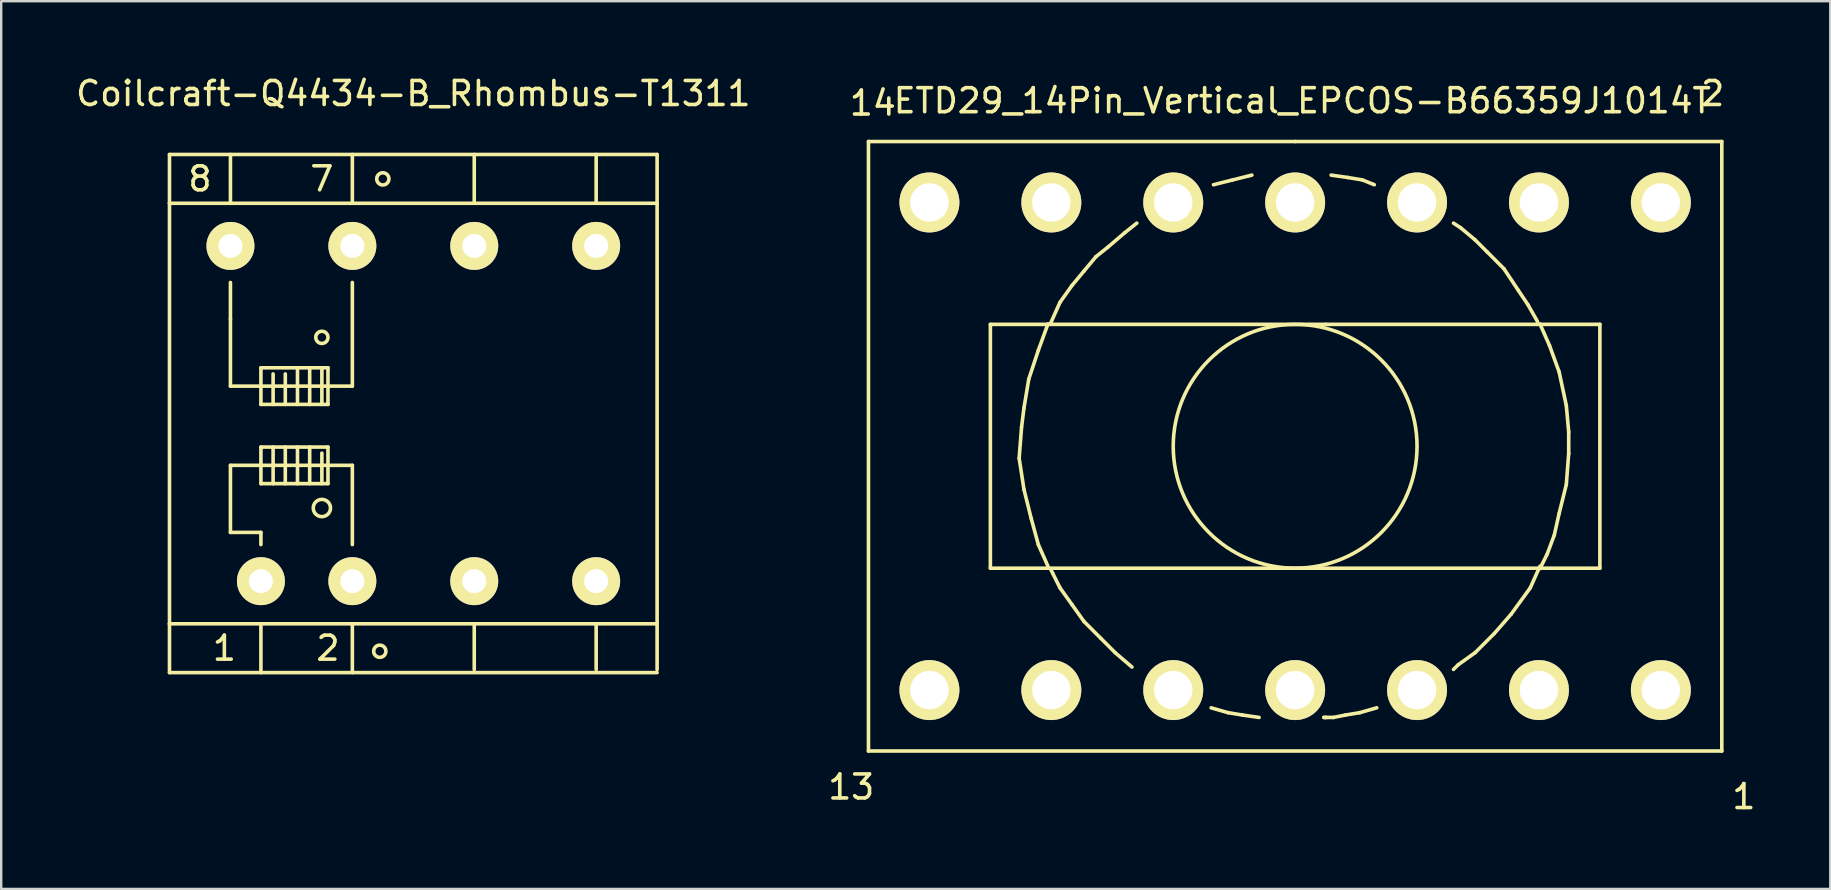
<source format=kicad_pcb>
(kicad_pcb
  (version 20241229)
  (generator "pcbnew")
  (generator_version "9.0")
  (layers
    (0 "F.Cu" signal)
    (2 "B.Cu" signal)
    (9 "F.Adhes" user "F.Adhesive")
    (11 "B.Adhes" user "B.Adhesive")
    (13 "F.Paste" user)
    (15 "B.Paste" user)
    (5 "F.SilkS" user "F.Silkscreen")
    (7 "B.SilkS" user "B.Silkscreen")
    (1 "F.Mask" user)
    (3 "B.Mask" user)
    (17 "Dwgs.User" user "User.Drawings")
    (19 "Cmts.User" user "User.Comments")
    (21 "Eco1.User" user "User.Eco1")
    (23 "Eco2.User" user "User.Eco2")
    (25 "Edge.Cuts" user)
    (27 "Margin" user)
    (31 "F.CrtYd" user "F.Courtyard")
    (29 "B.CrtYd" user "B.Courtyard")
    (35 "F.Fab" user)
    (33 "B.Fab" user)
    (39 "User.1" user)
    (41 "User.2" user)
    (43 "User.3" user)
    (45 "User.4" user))
  (footprint "Coilcraft-Q4434-B_Rhombus-T1311"
    (layer "F.Cu")
    (at 14.173 14.818)
    (property "Reference" "Coilcraft-Q4434-B_Rhombus-T1311" (at 0 -13.97 0) (layer "F.SilkS") (effects (font (size 1 1) (thickness 0.15))))
    (attr through_hole)
    (fp_line (start -10.16 -11.43) (end -10.16 -9.398) (stroke (width 0.15) (type solid)) (layer "F.SilkS"))
    (fp_line (start -10.16 -9.398) (end -10.16 8.128) (stroke (width 0.15) (type solid)) (layer "F.SilkS"))
    (fp_line (start -10.16 8.128) (end -10.16 10.16) (stroke (width 0.15) (type solid)) (layer "F.SilkS"))
    (fp_line (start -10.16 8.128) (end 10.16 8.128) (stroke (width 0.15) (type solid)) (layer "F.SilkS"))
    (fp_line (start -10.16 10.16) (end 10.16 10.16) (stroke (width 0.15) (type solid)) (layer "F.SilkS"))
    (fp_line (start -7.62 -9.398) (end -7.62 -11.43) (stroke (width 0.15) (type solid)) (layer "F.SilkS"))
    (fp_line (start -7.62 -6.096) (end -7.62 -4.572) (stroke (width 0.15) (type solid)) (layer "F.SilkS"))
    (fp_line (start -7.62 -4.572) (end -7.62 -1.778) (stroke (width 0.15) (type solid)) (layer "F.SilkS"))
    (fp_line (start -7.62 -1.778) (end -2.54 -1.778) (stroke (width 0.15) (type solid)) (layer "F.SilkS"))
    (fp_line (start -7.62 1.524) (end -7.62 4.318) (stroke (width 0.15) (type solid)) (layer "F.SilkS"))
    (fp_line (start -7.62 4.318) (end -6.35 4.318) (stroke (width 0.15) (type solid)) (layer "F.SilkS"))
    (fp_line (start -6.35 -2.54) (end -3.556 -2.54) (stroke (width 0.15) (type solid)) (layer "F.SilkS"))
    (fp_line (start -6.35 -1.016) (end -6.35 -2.54) (stroke (width 0.15) (type solid)) (layer "F.SilkS"))
    (fp_line (start -6.35 0.762) (end -6.35 2.286) (stroke (width 0.15) (type solid)) (layer "F.SilkS"))
    (fp_line (start -6.35 1.524) (end -7.62 1.524) (stroke (width 0.15) (type solid)) (layer "F.SilkS"))
    (fp_line (start -6.35 1.524) (end -2.54 1.524) (stroke (width 0.15) (type solid)) (layer "F.SilkS"))
    (fp_line (start -6.35 2.286) (end -3.556 2.286) (stroke (width 0.15) (type solid)) (layer "F.SilkS"))
    (fp_line (start -6.35 4.318) (end -6.35 4.826) (stroke (width 0.15) (type solid)) (layer "F.SilkS"))
    (fp_line (start -6.35 8.128) (end -6.35 10.16) (stroke (width 0.15) (type solid)) (layer "F.SilkS"))
    (fp_line (start -5.842 -2.286) (end -5.842 -1.016) (stroke (width 0.15) (type solid)) (layer "F.SilkS"))
    (fp_line (start -5.842 0.762) (end -5.842 2.286) (stroke (width 0.15) (type solid)) (layer "F.SilkS"))
    (fp_line (start -5.334 -2.286) (end -5.334 -1.016) (stroke (width 0.15) (type solid)) (layer "F.SilkS"))
    (fp_line (start -5.334 0.762) (end -5.334 2.286) (stroke (width 0.15) (type solid)) (layer "F.SilkS"))
    (fp_line (start -4.826 -2.54) (end -4.826 -1.016) (stroke (width 0.15) (type solid)) (layer "F.SilkS"))
    (fp_line (start -4.826 0.762) (end -4.826 2.286) (stroke (width 0.15) (type solid)) (layer "F.SilkS"))
    (fp_line (start -4.318 -2.54) (end -4.318 -1.016) (stroke (width 0.15) (type solid)) (layer "F.SilkS"))
    (fp_line (start -4.318 0.762) (end -4.318 2.286) (stroke (width 0.15) (type solid)) (layer "F.SilkS"))
    (fp_line (start -3.81 -2.54) (end -3.81 -1.016) (stroke (width 0.15) (type solid)) (layer "F.SilkS"))
    (fp_line (start -3.81 1.016) (end -3.81 2.286) (stroke (width 0.15) (type solid)) (layer "F.SilkS"))
    (fp_line (start -3.556 -2.54) (end -3.556 -1.016) (stroke (width 0.15) (type solid)) (layer "F.SilkS"))
    (fp_line (start -3.556 -1.016) (end -6.35 -1.016) (stroke (width 0.15) (type solid)) (layer "F.SilkS"))
    (fp_line (start -3.556 0.762) (end -6.35 0.762) (stroke (width 0.15) (type solid)) (layer "F.SilkS"))
    (fp_line (start -3.556 2.286) (end -3.556 0.762) (stroke (width 0.15) (type solid)) (layer "F.SilkS"))
    (fp_line (start -2.54 -9.398) (end -2.54 -11.43) (stroke (width 0.15) (type solid)) (layer "F.SilkS"))
    (fp_line (start -2.54 -1.778) (end -2.54 -6.096) (stroke (width 0.15) (type solid)) (layer "F.SilkS"))
    (fp_line (start -2.54 1.524) (end -2.54 4.826) (stroke (width 0.15) (type solid)) (layer "F.SilkS"))
    (fp_line (start -2.54 8.128) (end -2.54 10.16) (stroke (width 0.15) (type solid)) (layer "F.SilkS"))
    (fp_line (start 2.54 -9.398) (end 2.54 -11.43) (stroke (width 0.15) (type solid)) (layer "F.SilkS"))
    (fp_line (start 2.54 8.128) (end 2.54 10.033) (stroke (width 0.15) (type solid)) (layer "F.SilkS"))
    (fp_line (start 7.62 -9.398) (end 7.62 -11.43) (stroke (width 0.15) (type solid)) (layer "F.SilkS"))
    (fp_line (start 7.62 8.128) (end 7.62 10.033) (stroke (width 0.15) (type solid)) (layer "F.SilkS"))
    (fp_line (start 10.16 -11.43) (end -10.16 -11.43) (stroke (width 0.15) (type solid)) (layer "F.SilkS"))
    (fp_line (start 10.16 -11.43) (end 10.16 -9.398) (stroke (width 0.15) (type solid)) (layer "F.SilkS"))
    (fp_line (start 10.16 -9.398) (end -10.16 -9.398) (stroke (width 0.15) (type solid)) (layer "F.SilkS"))
    (fp_line (start 10.16 8.128) (end 10.16 -9.398) (stroke (width 0.15) (type solid)) (layer "F.SilkS"))
    (fp_line (start 10.16 8.128) (end 10.16 10.033) (stroke (width 0.15) (type solid)) (layer "F.SilkS"))
    (fp_circle (center -3.81 -3.81) (end -3.81 -3.556) (stroke (width 0.15) (type solid)) (fill no) (layer "F.SilkS"))
    (fp_circle (center -3.81 3.302) (end -3.556 3.556) (stroke (width 0.15) (type solid)) (fill no) (layer "F.SilkS"))
    (fp_circle (center -1.397 9.271) (end -1.397 9.525) (stroke (width 0.15) (type solid)) (fill no) (layer "F.SilkS"))
    (fp_circle (center -1.27 -10.414) (end -1.27 -10.16) (stroke (width 0.15) (type solid)) (fill no) (layer "F.SilkS"))
    (fp_text user "2" (at -3.556 9.144 0) (layer "F.SilkS") (effects (font (size 1 1) (thickness 0.15))))
    (fp_text user "8" (at -8.89 -10.414 0) (layer "F.SilkS") (effects (font (size 1 1) (thickness 0.15))))
    (fp_text user "7" (at -3.81 -10.414 0) (layer "F.SilkS") (effects (font (size 1 1) (thickness 0.15))))
    (fp_text user "1" (at -7.874 9.144 0) (layer "F.SilkS") (effects (font (size 1 1) (thickness 0.15))))
    (pad "1" thru_hole circle (at -6.35 6.35) (size 1.999 1.999) (drill 1.001) (layers "*.Cu" "*.Mask" "F.SilkS"))
    (pad "2" thru_hole circle (at -2.54 6.35) (size 1.999 1.999) (drill 1.001) (layers "*.Cu" "*.Mask" "F.SilkS"))
    (pad "3" thru_hole circle (at 2.54 6.35) (size 1.999 1.999) (drill 1.001) (layers "*.Cu" "*.Mask" "F.SilkS"))
    (pad "4" thru_hole circle (at 7.62 6.35) (size 1.999 1.999) (drill 1.001) (layers "*.Cu" "*.Mask" "F.SilkS"))
    (pad "5" thru_hole circle (at 7.62 -7.62) (size 1.999 1.999) (drill 1.001) (layers "*.Cu" "*.Mask" "F.SilkS"))
    (pad "6" thru_hole circle (at 2.54 -7.62) (size 1.999 1.999) (drill 1.001) (layers "*.Cu" "*.Mask" "F.SilkS"))
    (pad "7" thru_hole circle (at -2.54 -7.62) (size 1.999 1.999) (drill 1.001) (layers "*.Cu" "*.Mask" "F.SilkS"))
    (pad "8" thru_hole circle (at -7.62 -7.62) (size 1.999 1.999) (drill 1.001) (layers "*.Cu" "*.Mask" "F.SilkS")))
  (footprint "ETD29_14Pin_Vertical_EPCOS-B66359J1014T"
    (layer "F.Cu")
    (at 50.921 15.547)
    (property "Reference" "ETD29_14Pin_Vertical_EPCOS-B66359J1014T" (at 0.3 -14.399 0) (layer "F.SilkS") (effects (font (size 1 1) (thickness 0.15))))
    (attr through_hole)
    (fp_line (start -17.78 -12.7) (end -17.78 12.7) (stroke (width 0.15) (type solid)) (layer "F.SilkS"))
    (fp_line (start -17.78 12.7) (end 17.78 12.7) (stroke (width 0.15) (type solid)) (layer "F.SilkS"))
    (fp_line (start -12.7 -5.08) (end 1.27 -5.08) (stroke (width 0.15) (type solid)) (layer "F.SilkS"))
    (fp_line (start -12.7 5.08) (end -12.7 -5.08) (stroke (width 0.15) (type solid)) (layer "F.SilkS"))
    (fp_line (start -11.501 0.5) (end -11.3 1.801) (stroke (width 0.15) (type solid)) (layer "F.SilkS"))
    (fp_line (start -11.4 -0.8) (end -11.501 0.5) (stroke (width 0.15) (type solid)) (layer "F.SilkS"))
    (fp_line (start -11.3 -1.6) (end -11.4 -0.8) (stroke (width 0.15) (type solid)) (layer "F.SilkS"))
    (fp_line (start -11.3 1.801) (end -11.001 3) (stroke (width 0.15) (type solid)) (layer "F.SilkS"))
    (fp_line (start -11.1 -2.799) (end -11.3 -1.6) (stroke (width 0.15) (type solid)) (layer "F.SilkS"))
    (fp_line (start -11.001 3) (end -10.701 4.1) (stroke (width 0.15) (type solid)) (layer "F.SilkS"))
    (fp_line (start -10.701 -4) (end -11.1 -2.799) (stroke (width 0.15) (type solid)) (layer "F.SilkS"))
    (fp_line (start -10.701 4.1) (end -10.3 5.001) (stroke (width 0.15) (type solid)) (layer "F.SilkS"))
    (fp_line (start -10.3 -5.1) (end -10.701 -4) (stroke (width 0.15) (type solid)) (layer "F.SilkS"))
    (fp_line (start -10.099 5.301) (end -10.201 5.1) (stroke (width 0.15) (type solid)) (layer "F.SilkS"))
    (fp_line (start -9.799 -5.999) (end -10.201 -5.1) (stroke (width 0.15) (type solid)) (layer "F.SilkS"))
    (fp_line (start -9.799 5.9) (end -10.099 5.301) (stroke (width 0.15) (type solid)) (layer "F.SilkS"))
    (fp_line (start -9.299 -6.701) (end -9.799 -5.999) (stroke (width 0.15) (type solid)) (layer "F.SilkS"))
    (fp_line (start -9.299 6.599) (end -9.799 5.9) (stroke (width 0.15) (type solid)) (layer "F.SilkS"))
    (fp_line (start -8.801 -7.3) (end -9.299 -6.701) (stroke (width 0.15) (type solid)) (layer "F.SilkS"))
    (fp_line (start -8.801 7.3) (end -9.299 6.599) (stroke (width 0.15) (type solid)) (layer "F.SilkS"))
    (fp_line (start -8.301 -7.899) (end -8.801 -7.3) (stroke (width 0.15) (type solid)) (layer "F.SilkS"))
    (fp_line (start -8.1 8.001) (end -8.801 7.3) (stroke (width 0.15) (type solid)) (layer "F.SilkS"))
    (fp_line (start -7.8 -8.301) (end -8.301 -7.899) (stroke (width 0.15) (type solid)) (layer "F.SilkS"))
    (fp_line (start -7.501 8.6) (end -8.1 8.001) (stroke (width 0.15) (type solid)) (layer "F.SilkS"))
    (fp_line (start -7.099 -8.9) (end -7.8 -8.301) (stroke (width 0.15) (type solid)) (layer "F.SilkS"))
    (fp_line (start -6.8 9.2) (end -7.501 8.6) (stroke (width 0.15) (type solid)) (layer "F.SilkS"))
    (fp_line (start -6.599 -9.299) (end -7.099 -8.9) (stroke (width 0.15) (type solid)) (layer "F.SilkS"))
    (fp_line (start -2.799 11.1) (end -3.5 10.899) (stroke (width 0.15) (type solid)) (layer "F.SilkS"))
    (fp_line (start -2.601 -11.1) (end -3.401 -10.899) (stroke (width 0.15) (type solid)) (layer "F.SilkS"))
    (fp_line (start -2.2 11.199) (end -2.799 11.1) (stroke (width 0.15) (type solid)) (layer "F.SilkS"))
    (fp_line (start -1.801 -11.3) (end -2.601 -11.1) (stroke (width 0.15) (type solid)) (layer "F.SilkS"))
    (fp_line (start -1.501 11.3) (end -2.2 11.199) (stroke (width 0.15) (type solid)) (layer "F.SilkS"))
    (fp_line (start 0 -12.7) (end -17.78 -12.7) (stroke (width 0.15) (type solid)) (layer "F.SilkS"))
    (fp_line (start 0 -12.7) (end 17.78 -12.7) (stroke (width 0.15) (type solid)) (layer "F.SilkS"))
    (fp_line (start 1.199 11.3) (end 1.3 11.3) (stroke (width 0.15) (type solid)) (layer "F.SilkS"))
    (fp_line (start 1.27 -5.08) (end 12.7 -5.08) (stroke (width 0.15) (type solid)) (layer "F.SilkS"))
    (fp_line (start 1.6 11.3) (end 1.199 11.3) (stroke (width 0.15) (type solid)) (layer "F.SilkS"))
    (fp_line (start 2.101 11.199) (end 1.6 11.3) (stroke (width 0.15) (type solid)) (layer "F.SilkS"))
    (fp_line (start 2.2 -11.199) (end 1.501 -11.3) (stroke (width 0.15) (type solid)) (layer "F.SilkS"))
    (fp_line (start 2.7 11.1) (end 2.101 11.199) (stroke (width 0.15) (type solid)) (layer "F.SilkS"))
    (fp_line (start 2.799 -11.1) (end 2.2 -11.199) (stroke (width 0.15) (type solid)) (layer "F.SilkS"))
    (fp_line (start 3.299 -10.899) (end 2.799 -11.1) (stroke (width 0.15) (type solid)) (layer "F.SilkS"))
    (fp_line (start 3.401 10.899) (end 2.7 11.1) (stroke (width 0.15) (type solid)) (layer "F.SilkS"))
    (fp_line (start 6.599 -9.299) (end 6.901 -9.101) (stroke (width 0.15) (type solid)) (layer "F.SilkS"))
    (fp_line (start 6.8 9.101) (end 6.599 9.299) (stroke (width 0.15) (type solid)) (layer "F.SilkS"))
    (fp_line (start 6.901 -9.101) (end 7.501 -8.6) (stroke (width 0.15) (type solid)) (layer "F.SilkS"))
    (fp_line (start 7.501 -8.6) (end 8.001 -8.1) (stroke (width 0.15) (type solid)) (layer "F.SilkS"))
    (fp_line (start 7.501 8.6) (end 6.8 9.101) (stroke (width 0.15) (type solid)) (layer "F.SilkS"))
    (fp_line (start 8.001 -8.1) (end 8.7 -7.399) (stroke (width 0.15) (type solid)) (layer "F.SilkS"))
    (fp_line (start 8.301 7.8) (end 7.501 8.6) (stroke (width 0.15) (type solid)) (layer "F.SilkS"))
    (fp_line (start 8.7 -7.399) (end 9.299 -6.5) (stroke (width 0.15) (type solid)) (layer "F.SilkS"))
    (fp_line (start 8.999 7) (end 8.301 7.8) (stroke (width 0.15) (type solid)) (layer "F.SilkS"))
    (fp_line (start 9.299 -6.5) (end 9.7 -5.9) (stroke (width 0.15) (type solid)) (layer "F.SilkS"))
    (fp_line (start 9.7 -5.9) (end 10.099 -5.199) (stroke (width 0.15) (type solid)) (layer "F.SilkS"))
    (fp_line (start 9.799 5.9) (end 8.999 7) (stroke (width 0.15) (type solid)) (layer "F.SilkS"))
    (fp_line (start 10.201 -5.1) (end 10.599 -4.201) (stroke (width 0.15) (type solid)) (layer "F.SilkS"))
    (fp_line (start 10.201 5.001) (end 9.799 5.9) (stroke (width 0.15) (type solid)) (layer "F.SilkS"))
    (fp_line (start 10.5 4.501) (end 10.201 5.1) (stroke (width 0.15) (type solid)) (layer "F.SilkS"))
    (fp_line (start 10.599 -4.201) (end 11.001 -3.099) (stroke (width 0.15) (type solid)) (layer "F.SilkS"))
    (fp_line (start 10.8 3.701) (end 10.5 4.501) (stroke (width 0.15) (type solid)) (layer "F.SilkS"))
    (fp_line (start 11.001 -3.099) (end 11.3 -1.699) (stroke (width 0.15) (type solid)) (layer "F.SilkS"))
    (fp_line (start 11.001 2.799) (end 10.8 3.701) (stroke (width 0.15) (type solid)) (layer "F.SilkS"))
    (fp_line (start 11.3 -1.699) (end 11.4 -0.599) (stroke (width 0.15) (type solid)) (layer "F.SilkS"))
    (fp_line (start 11.3 1.6) (end 11.001 2.799) (stroke (width 0.15) (type solid)) (layer "F.SilkS"))
    (fp_line (start 11.4 -0.599) (end 11.4 0.3) (stroke (width 0.15) (type solid)) (layer "F.SilkS"))
    (fp_line (start 11.4 0.3) (end 11.3 1.6) (stroke (width 0.15) (type solid)) (layer "F.SilkS"))
    (fp_line (start 12.7 -5.08) (end 12.7 5.08) (stroke (width 0.15) (type solid)) (layer "F.SilkS"))
    (fp_line (start 12.7 5.08) (end -12.7 5.08) (stroke (width 0.15) (type solid)) (layer "F.SilkS"))
    (fp_line (start 17.78 -12.7) (end 17.78 12.7) (stroke (width 0.15) (type solid)) (layer "F.SilkS"))
    (fp_circle (center 0 0) (end 0 -5.08) (stroke (width 0.15) (type solid)) (fill no) (layer "F.SilkS"))
    (fp_text user "14" (at -17.6 -14.3 0) (layer "F.SilkS") (effects (font (size 1 1) (thickness 0.15))))
    (fp_text user "13" (at -18.499 14.201 0) (layer "F.SilkS") (effects (font (size 1 1) (thickness 0.15))))
    (fp_text user "2" (at 17.399 -14.699 0) (layer "F.SilkS") (effects (font (size 1 1) (thickness 0.15))))
    (fp_text user "1" (at 18.699 14.6 0) (layer "F.SilkS") (effects (font (size 1 1) (thickness 0.15))))
    (pad "1" thru_hole circle (at 15.24 10.16) (size 2.499 2.499) (drill 1.6) (layers "*.Cu" "*.Mask" "F.SilkS"))
    (pad "2" thru_hole circle (at 15.24 -10.16) (size 2.499 2.499) (drill 1.6) (layers "*.Cu" "*.Mask" "F.SilkS"))
    (pad "3" thru_hole circle (at 10.16 10.16) (size 2.499 2.499) (drill 1.6) (layers "*.Cu" "*.Mask" "F.SilkS"))
    (pad "4" thru_hole circle (at 10.16 -10.16) (size 2.499 2.499) (drill 1.6) (layers "*.Cu" "*.Mask" "F.SilkS"))
    (pad "5" thru_hole circle (at 5.08 10.16) (size 2.499 2.499) (drill 1.6) (layers "*.Cu" "*.Mask" "F.SilkS"))
    (pad "6" thru_hole circle (at 5.08 -10.16) (size 2.499 2.499) (drill 1.6) (layers "*.Cu" "*.Mask" "F.SilkS"))
    (pad "7" thru_hole circle (at 0 10.16) (size 2.499 2.499) (drill 1.6) (layers "*.Cu" "*.Mask" "F.SilkS"))
    (pad "8" thru_hole circle (at 0 -10.16) (size 2.499 2.499) (drill 1.6) (layers "*.Cu" "*.Mask" "F.SilkS"))
    (pad "9" thru_hole circle (at -5.08 10.16) (size 2.499 2.499) (drill 1.6) (layers "*.Cu" "*.Mask" "F.SilkS"))
    (pad "10" thru_hole circle (at -5.08 -10.16) (size 2.499 2.499) (drill 1.6) (layers "*.Cu" "*.Mask" "F.SilkS"))
    (pad "11" thru_hole circle (at -10.16 10.16) (size 2.499 2.499) (drill 1.6) (layers "*.Cu" "*.Mask" "F.SilkS"))
    (pad "12" thru_hole circle (at -10.16 -10.16) (size 2.499 2.499) (drill 1.6) (layers "*.Cu" "*.Mask" "F.SilkS"))
    (pad "13" thru_hole circle (at -15.24 10.16) (size 2.499 2.499) (drill 1.6) (layers "*.Cu" "*.Mask" "F.SilkS"))
    (pad "14" thru_hole circle (at -15.24 -10.16) (size 2.499 2.499) (drill 1.6) (layers "*.Cu" "*.Mask" "F.SilkS")))
  (gr_rect
    (start -3 -3)
    (end 73.222 33.995)
    (stroke (width 0.1) (type default))
    (fill no)
    (layer "Edge.Cuts")))
</source>
